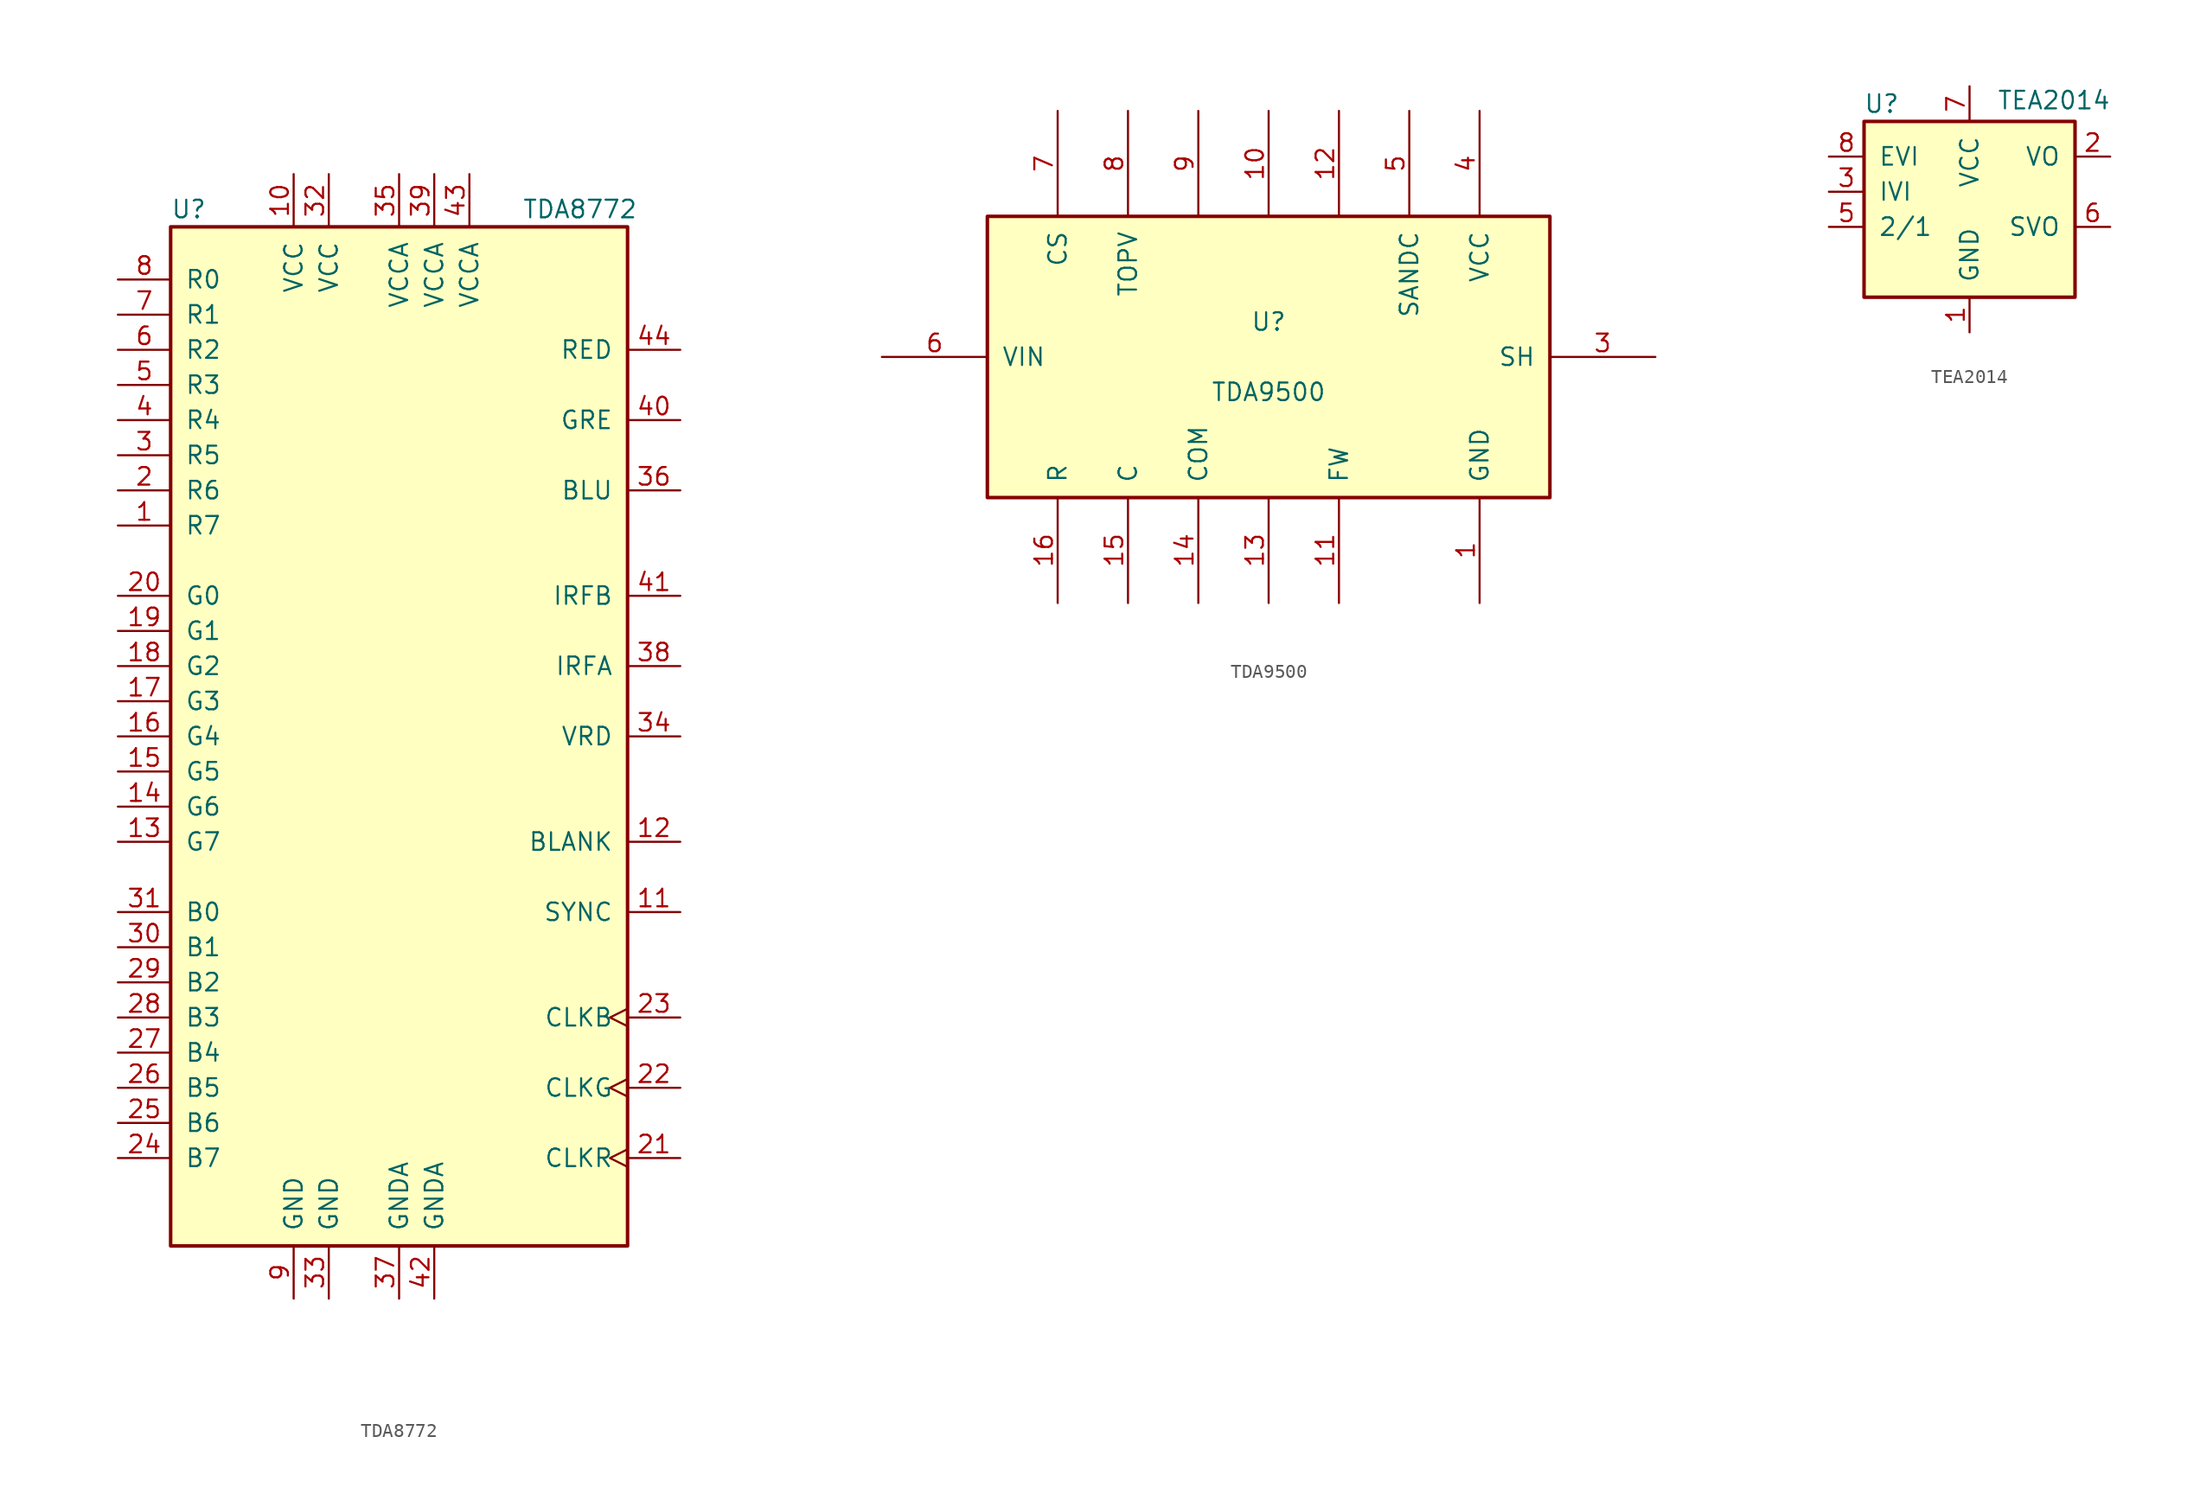
<source format=kicad_sym>
(kicad_symbol_lib
  (version 20210619)
  (generator kicad_symbol_editor)
  (symbol "Video:TDA8772"
    (pin_names
      (offset 1.016))
    (property "Reference" "U"
      (at -16.51 38.1 0)
      (effects (font (size 1.27 1.27)) (justify left)))
    (property "Value" "TDA8772"
      (at 8.89 38.1 0)
      (effects (font (size 1.27 1.27)) (justify left)))
    (symbol "TDA8772_0_1"
      (rectangle (start -16.51 -36.83) (end 16.51 36.83) (stroke (width 0.254)) (fill (type background))))
    (symbol "TDA8772_1_1"
      (pin input line (at -20.32 15.24 0) (length 3.81) (name "R7" (effects (font (size 1.27 1.27)))) (number "1" (effects (font (size 1.27 1.27)))))
      (pin power_in line (at -7.62 40.64 270) (length 3.81) (name "VCC" (effects (font (size 1.27 1.27)))) (number "10" (effects (font (size 1.27 1.27)))))
      (pin input line (at 20.32 -12.7 180) (length 3.81) (name "SYNC" (effects (font (size 1.27 1.27)))) (number "11" (effects (font (size 1.27 1.27)))))
      (pin input line (at 20.32 -7.62 180) (length 3.81) (name "BLANK" (effects (font (size 1.27 1.27)))) (number "12" (effects (font (size 1.27 1.27)))))
      (pin input line (at -20.32 -7.62 0) (length 3.81) (name "G7" (effects (font (size 1.27 1.27)))) (number "13" (effects (font (size 1.27 1.27)))))
      (pin input line (at -20.32 -5.08 0) (length 3.81) (name "G6" (effects (font (size 1.27 1.27)))) (number "14" (effects (font (size 1.27 1.27)))))
      (pin input line (at -20.32 -2.54 0) (length 3.81) (name "G5" (effects (font (size 1.27 1.27)))) (number "15" (effects (font (size 1.27 1.27)))))
      (pin input line (at -20.32 0 0) (length 3.81) (name "G4" (effects (font (size 1.27 1.27)))) (number "16" (effects (font (size 1.27 1.27)))))
      (pin input line (at -20.32 2.54 0) (length 3.81) (name "G3" (effects (font (size 1.27 1.27)))) (number "17" (effects (font (size 1.27 1.27)))))
      (pin input line (at -20.32 5.08 0) (length 3.81) (name "G2" (effects (font (size 1.27 1.27)))) (number "18" (effects (font (size 1.27 1.27)))))
      (pin input line (at -20.32 7.62 0) (length 3.81) (name "G1" (effects (font (size 1.27 1.27)))) (number "19" (effects (font (size 1.27 1.27)))))
      (pin input line (at -20.32 17.78 0) (length 3.81) (name "R6" (effects (font (size 1.27 1.27)))) (number "2" (effects (font (size 1.27 1.27)))))
      (pin input line (at -20.32 10.16 0) (length 3.81) (name "G0" (effects (font (size 1.27 1.27)))) (number "20" (effects (font (size 1.27 1.27)))))
      (pin input clock (at 20.32 -30.48 180) (length 3.81) (name "CLKR" (effects (font (size 1.27 1.27)))) (number "21" (effects (font (size 1.27 1.27)))))
      (pin input clock (at 20.32 -25.4 180) (length 3.81) (name "CLKG" (effects (font (size 1.27 1.27)))) (number "22" (effects (font (size 1.27 1.27)))))
      (pin input clock (at 20.32 -20.32 180) (length 3.81) (name "CLKB" (effects (font (size 1.27 1.27)))) (number "23" (effects (font (size 1.27 1.27)))))
      (pin input line (at -20.32 -30.48 0) (length 3.81) (name "B7" (effects (font (size 1.27 1.27)))) (number "24" (effects (font (size 1.27 1.27)))))
      (pin input line (at -20.32 -27.94 0) (length 3.81) (name "B6" (effects (font (size 1.27 1.27)))) (number "25" (effects (font (size 1.27 1.27)))))
      (pin input line (at -20.32 -25.4 0) (length 3.81) (name "B5" (effects (font (size 1.27 1.27)))) (number "26" (effects (font (size 1.27 1.27)))))
      (pin input line (at -20.32 -22.86 0) (length 3.81) (name "B4" (effects (font (size 1.27 1.27)))) (number "27" (effects (font (size 1.27 1.27)))))
      (pin input line (at -20.32 -20.32 0) (length 3.81) (name "B3" (effects (font (size 1.27 1.27)))) (number "28" (effects (font (size 1.27 1.27)))))
      (pin input line (at -20.32 -17.78 0) (length 3.81) (name "B2" (effects (font (size 1.27 1.27)))) (number "29" (effects (font (size 1.27 1.27)))))
      (pin input line (at -20.32 20.32 0) (length 3.81) (name "R5" (effects (font (size 1.27 1.27)))) (number "3" (effects (font (size 1.27 1.27)))))
      (pin input line (at -20.32 -15.24 0) (length 3.81) (name "B1" (effects (font (size 1.27 1.27)))) (number "30" (effects (font (size 1.27 1.27)))))
      (pin input line (at -20.32 -12.7 0) (length 3.81) (name "B0" (effects (font (size 1.27 1.27)))) (number "31" (effects (font (size 1.27 1.27)))))
      (pin power_in line (at -5.08 40.64 270) (length 3.81) (name "VCC" (effects (font (size 1.27 1.27)))) (number "32" (effects (font (size 1.27 1.27)))))
      (pin power_in line (at -5.08 -40.64 90) (length 3.81) (name "GND" (effects (font (size 1.27 1.27)))) (number "33" (effects (font (size 1.27 1.27)))))
      (pin input line (at 20.32 0 180) (length 3.81) (name "VRD" (effects (font (size 1.27 1.27)))) (number "34" (effects (font (size 1.27 1.27)))))
      (pin power_in line (at 0 40.64 270) (length 3.81) (name "VCCA" (effects (font (size 1.27 1.27)))) (number "35" (effects (font (size 1.27 1.27)))))
      (pin output line (at 20.32 17.78 180) (length 3.81) (name "BLU" (effects (font (size 1.27 1.27)))) (number "36" (effects (font (size 1.27 1.27)))))
      (pin power_in line (at 0 -40.64 90) (length 3.81) (name "GNDA" (effects (font (size 1.27 1.27)))) (number "37" (effects (font (size 1.27 1.27)))))
      (pin passive line (at 20.32 5.08 180) (length 3.81) (name "IRFA" (effects (font (size 1.27 1.27)))) (number "38" (effects (font (size 1.27 1.27)))))
      (pin power_in line (at 2.54 40.64 270) (length 3.81) (name "VCCA" (effects (font (size 1.27 1.27)))) (number "39" (effects (font (size 1.27 1.27)))))
      (pin input line (at -20.32 22.86 0) (length 3.81) (name "R4" (effects (font (size 1.27 1.27)))) (number "4" (effects (font (size 1.27 1.27)))))
      (pin output line (at 20.32 22.86 180) (length 3.81) (name "GRE" (effects (font (size 1.27 1.27)))) (number "40" (effects (font (size 1.27 1.27)))))
      (pin passive line (at 20.32 10.16 180) (length 3.81) (name "IRFB" (effects (font (size 1.27 1.27)))) (number "41" (effects (font (size 1.27 1.27)))))
      (pin power_in line (at 2.54 -40.64 90) (length 3.81) (name "GNDA" (effects (font (size 1.27 1.27)))) (number "42" (effects (font (size 1.27 1.27)))))
      (pin power_in line (at 5.08 40.64 270) (length 3.81) (name "VCCA" (effects (font (size 1.27 1.27)))) (number "43" (effects (font (size 1.27 1.27)))))
      (pin output line (at 20.32 27.94 180) (length 3.81) (name "RED" (effects (font (size 1.27 1.27)))) (number "44" (effects (font (size 1.27 1.27)))))
      (pin input line (at -20.32 25.4 0) (length 3.81) (name "R3" (effects (font (size 1.27 1.27)))) (number "5" (effects (font (size 1.27 1.27)))))
      (pin input line (at -20.32 27.94 0) (length 3.81) (name "R2" (effects (font (size 1.27 1.27)))) (number "6" (effects (font (size 1.27 1.27)))))
      (pin input line (at -20.32 30.48 0) (length 3.81) (name "R1" (effects (font (size 1.27 1.27)))) (number "7" (effects (font (size 1.27 1.27)))))
      (pin input line (at -20.32 33.02 0) (length 3.81) (name "R0" (effects (font (size 1.27 1.27)))) (number "8" (effects (font (size 1.27 1.27)))))
      (pin power_in line (at -7.62 -40.64 90) (length 3.81) (name "GND" (effects (font (size 1.27 1.27)))) (number "9" (effects (font (size 1.27 1.27)))))))
  (symbol "Video:TDA9500"
    (pin_names
      (offset 1.016))
    (property "Reference" "U"
      (at 0 2.54 0)
      (effects (font (size 1.27 1.27))))
    (property "Value" "TDA9500"
      (at 0 -2.54 0)
      (effects (font (size 1.27 1.27))))
    (symbol "TDA9500_0_1"
      (rectangle (start -20.32 -10.16) (end 20.32 10.16) (stroke (width 0.254)) (fill (type background))))
    (symbol "TDA9500_1_1"
      (pin power_in line (at 15.24 -17.78 90) (length 7.62) (name "GND" (effects (font (size 1.27 1.27)))) (number "1" (effects (font (size 1.27 1.27)))))
      (pin passive line (at 0 17.78 270) (length 7.62) (name "~" (effects (font (size 1.27 1.27)))) (number "10" (effects (font (size 1.27 1.27)))))
      (pin input line (at 5.08 -17.78 90) (length 7.62) (name "FW" (effects (font (size 1.27 1.27)))) (number "11" (effects (font (size 1.27 1.27)))))
      (pin passive line (at 5.08 17.78 270) (length 7.62) (name "~" (effects (font (size 1.27 1.27)))) (number "12" (effects (font (size 1.27 1.27)))))
      (pin passive line (at 0 -17.78 90) (length 7.62) (name "~" (effects (font (size 1.27 1.27)))) (number "13" (effects (font (size 1.27 1.27)))))
      (pin passive line (at -5.08 -17.78 90) (length 7.62) (name "COM" (effects (font (size 1.27 1.27)))) (number "14" (effects (font (size 1.27 1.27)))))
      (pin input line (at -10.16 -17.78 90) (length 7.62) (name "C" (effects (font (size 1.27 1.27)))) (number "15" (effects (font (size 1.27 1.27)))))
      (pin input line (at -15.24 -17.78 90) (length 7.62) (name "R" (effects (font (size 1.27 1.27)))) (number "16" (effects (font (size 1.27 1.27)))))
      (pin output line (at 27.94 0 180) (length 7.62) (name "SH" (effects (font (size 1.27 1.27)))) (number "3" (effects (font (size 1.27 1.27)))))
      (pin power_in line (at 15.24 17.78 270) (length 7.62) (name "VCC" (effects (font (size 1.27 1.27)))) (number "4" (effects (font (size 1.27 1.27)))))
      (pin output line (at 10.16 17.78 270) (length 7.62) (name "SANDC" (effects (font (size 1.27 1.27)))) (number "5" (effects (font (size 1.27 1.27)))))
      (pin power_in line (at -27.94 0 0) (length 7.62) (name "VIN" (effects (font (size 1.27 1.27)))) (number "6" (effects (font (size 1.27 1.27)))))
      (pin output line (at -15.24 17.78 270) (length 7.62) (name "CS" (effects (font (size 1.27 1.27)))) (number "7" (effects (font (size 1.27 1.27)))))
      (pin output line (at -10.16 17.78 270) (length 7.62) (name "TOPV" (effects (font (size 1.27 1.27)))) (number "8" (effects (font (size 1.27 1.27)))))
      (pin passive line (at -5.08 17.78 270) (length 7.62) (name "~" (effects (font (size 1.27 1.27)))) (number "9" (effects (font (size 1.27 1.27)))))))
  (symbol "Video:TEA2014"
    (pin_names
      (offset 1.016))
    (property "Reference" "U"
      (at -6.35 6.35 0)
      (effects (font (size 1.27 1.27))))
    (property "Value" "TEA2014"
      (at 6.096 6.604 0)
      (effects (font (size 1.27 1.27))))
    (symbol "TEA2014_0_1"
      (rectangle (start -7.62 5.08) (end 7.62 -7.62) (stroke (width 0.254)) (fill (type background))))
    (symbol "TEA2014_1_1"
      (pin power_in line (at 0 -10.16 90) (length 2.54) (name "GND" (effects (font (size 1.27 1.27)))) (number "1" (effects (font (size 1.27 1.27)))))
      (pin output line (at 10.16 2.54 180) (length 2.54) (name "VO" (effects (font (size 1.27 1.27)))) (number "2" (effects (font (size 1.27 1.27)))))
      (pin input line (at -10.16 0 0) (length 2.54) (name "IVI" (effects (font (size 1.27 1.27)))) (number "3" (effects (font (size 1.27 1.27)))))
      (pin no_connect line (at 7.62 0 180) (length 2.54) hide (name "NC" (effects (font (size 1.27 1.27)))) (number "4" (effects (font (size 1.27 1.27)))))
      (pin input line (at -10.16 -2.54 0) (length 2.54) (name "2/1" (effects (font (size 1.27 1.27)))) (number "5" (effects (font (size 1.27 1.27)))))
      (pin output line (at 10.16 -2.54 180) (length 2.54) (name "SVO" (effects (font (size 1.27 1.27)))) (number "6" (effects (font (size 1.27 1.27)))))
      (pin power_in line (at 0 7.62 270) (length 2.54) (name "VCC" (effects (font (size 1.27 1.27)))) (number "7" (effects (font (size 1.27 1.27)))))
      (pin input line (at -10.16 2.54 0) (length 2.54) (name "EVI" (effects (font (size 1.27 1.27)))) (number "8" (effects (font (size 1.27 1.27))))))))
</source>
